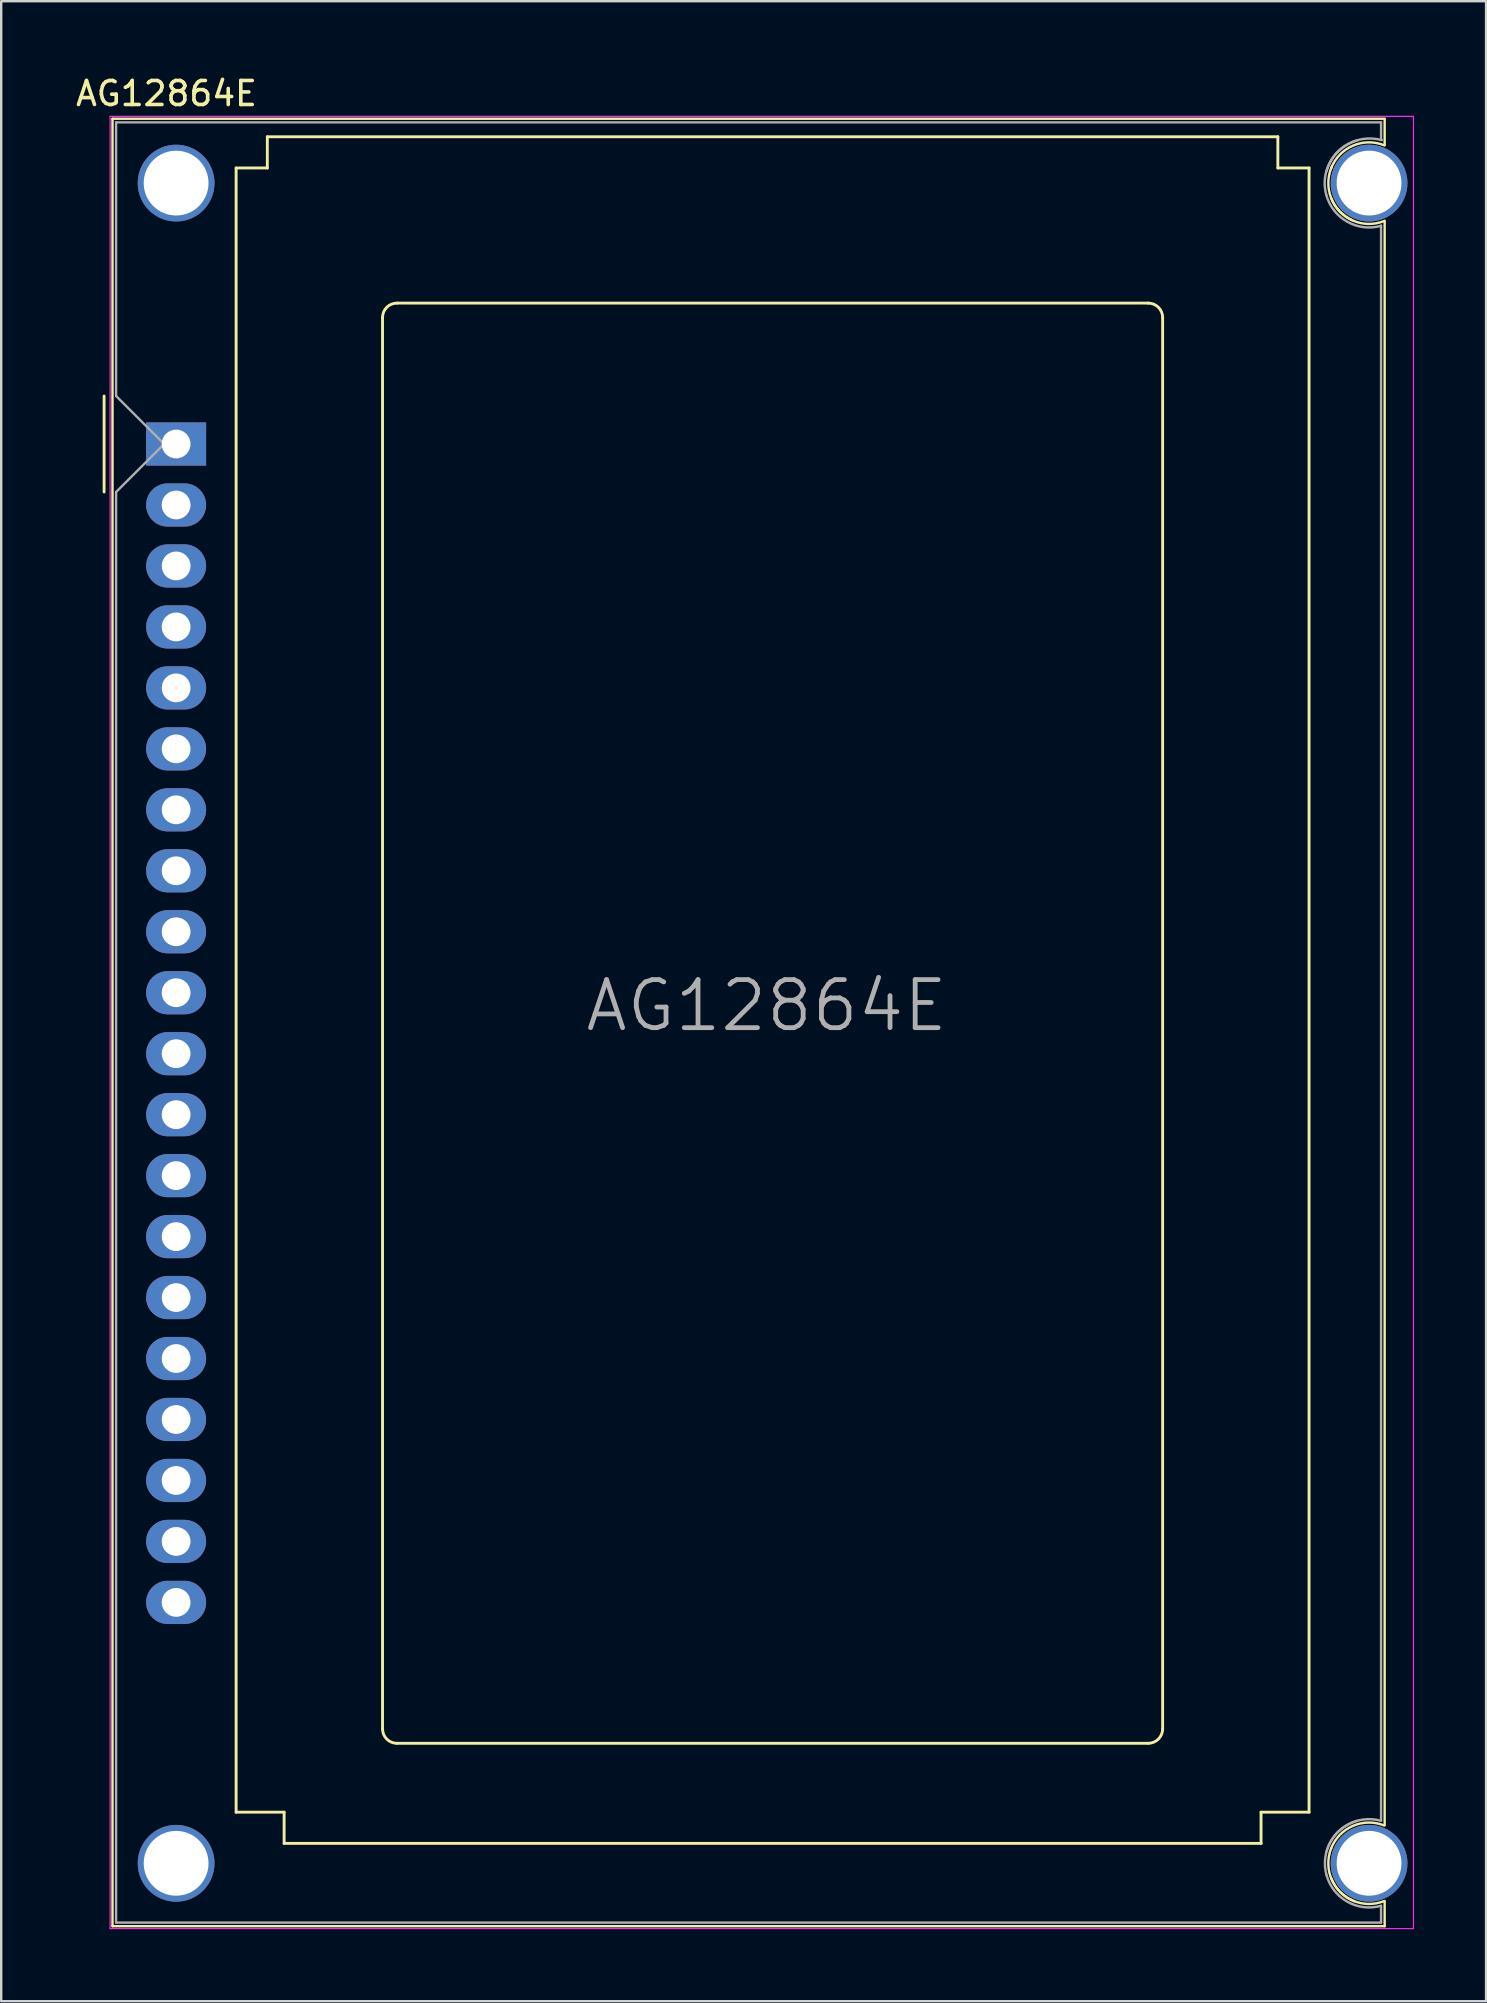
<source format=kicad_pcb>
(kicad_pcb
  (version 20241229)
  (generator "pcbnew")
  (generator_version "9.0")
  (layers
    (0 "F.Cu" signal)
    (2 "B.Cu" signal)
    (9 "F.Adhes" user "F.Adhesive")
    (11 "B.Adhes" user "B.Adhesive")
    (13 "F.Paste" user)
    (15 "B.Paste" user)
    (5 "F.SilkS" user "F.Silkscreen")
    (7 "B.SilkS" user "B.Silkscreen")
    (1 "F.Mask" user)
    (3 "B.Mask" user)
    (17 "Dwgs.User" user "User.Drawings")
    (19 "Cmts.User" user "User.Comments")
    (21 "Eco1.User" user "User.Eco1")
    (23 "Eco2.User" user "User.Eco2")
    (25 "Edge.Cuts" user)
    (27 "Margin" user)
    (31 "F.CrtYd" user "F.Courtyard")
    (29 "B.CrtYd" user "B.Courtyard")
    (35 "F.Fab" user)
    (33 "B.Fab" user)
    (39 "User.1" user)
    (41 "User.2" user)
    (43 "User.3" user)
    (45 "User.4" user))
  (footprint "AG12864E"
    (layer "F.Cu")
    (at 4.287 15.448)
    (property "Reference" "AG12864E" (at -0.4 -14.6 0) (layer "F.SilkS") (effects (font (size 1 1) (thickness 0.15))))
    (attr through_hole)
    (fp_line (start -3 -2) (end -3 2) (stroke (width 0.12) (type solid)) (layer "F.SilkS"))
    (fp_line (start -2.65 -13.55) (end -2.65 61.75) (stroke (width 0.1) (type solid)) (layer "F.SilkS"))
    (fp_line (start -2.65 61.75) (end 50.35 61.75) (stroke (width 0.1) (type solid)) (layer "F.SilkS"))
    (fp_line (start 2.5 57) (end 2.5 -11.5) (stroke (width 0.12) (type solid)) (layer "F.SilkS"))
    (fp_line (start 2.5 57) (end 4.5 57) (stroke (width 0.12) (type solid)) (layer "F.SilkS"))
    (fp_line (start 3.8 -12.8) (end 3.8 -11.5) (stroke (width 0.12) (type solid)) (layer "F.SilkS"))
    (fp_line (start 3.8 -12.8) (end 45.9 -12.8) (stroke (width 0.12) (type solid)) (layer "F.SilkS"))
    (fp_line (start 3.8 -11.5) (end 2.5 -11.5) (stroke (width 0.12) (type solid)) (layer "F.SilkS"))
    (fp_line (start 4.5 57) (end 4.5 58.3) (stroke (width 0.12) (type solid)) (layer "F.SilkS"))
    (fp_line (start 8.6 -5.27) (end 8.6 53.53) (stroke (width 0.12) (type solid)) (layer "F.SilkS"))
    (fp_line (start 9.2 54.13) (end 40.5 54.13) (stroke (width 0.12) (type solid)) (layer "F.SilkS"))
    (fp_line (start 40.5 -5.87) (end 9.21 -5.87) (stroke (width 0.12) (type solid)) (layer "F.SilkS"))
    (fp_line (start 41.1 53.53) (end 41.1 -5.27) (stroke (width 0.12) (type solid)) (layer "F.SilkS"))
    (fp_line (start 45.2 57) (end 45.2 58.3) (stroke (width 0.12) (type solid)) (layer "F.SilkS"))
    (fp_line (start 45.2 58.3) (end 4.5 58.3) (stroke (width 0.12) (type solid)) (layer "F.SilkS"))
    (fp_line (start 45.9 -11.5) (end 45.9 -12.8) (stroke (width 0.12) (type solid)) (layer "F.SilkS"))
    (fp_line (start 47.2 -11.5) (end 45.9 -11.5) (stroke (width 0.12) (type solid)) (layer "F.SilkS"))
    (fp_line (start 47.2 -11.5) (end 47.2 57) (stroke (width 0.12) (type solid)) (layer "F.SilkS"))
    (fp_line (start 47.2 57) (end 45.2 57) (stroke (width 0.12) (type solid)) (layer "F.SilkS"))
    (fp_line (start 50.35 -13.55) (end -2.65 -13.55) (stroke (width 0.1) (type solid)) (layer "F.SilkS"))
    (fp_line (start 50.35 -13.54) (end 50.35 -12.44) (stroke (width 0.1) (type solid)) (layer "F.SilkS"))
    (fp_line (start 50.35 57.55) (end 50.35 -9.3) (stroke (width 0.1) (type solid)) (layer "F.SilkS"))
    (fp_line (start 50.35 61.75) (end 50.35 60.7) (stroke (width 0.1) (type solid)) (layer "F.SilkS"))
    (fp_arc (start 8.6 -5.27) (mid 8.775736 -5.694264) (end 9.2 -5.87) (stroke (width 0.12) (type solid)) (layer "F.SilkS"))
    (fp_arc (start 9.2 54.13) (mid 8.775736 53.954264) (end 8.6 53.53) (stroke (width 0.12) (type solid)) (layer "F.SilkS"))
    (fp_arc (start 40.5 -5.87) (mid 40.924264 -5.694264) (end 41.1 -5.27) (stroke (width 0.12) (type solid)) (layer "F.SilkS"))
    (fp_arc (start 41.1 53.53) (mid 40.924264 53.954264) (end 40.5 54.13) (stroke (width 0.12) (type solid)) (layer "F.SilkS"))
    (fp_arc (start 48.12 -11.49) (mid 49.021177 -12.425635) (end 50.32 -12.45) (stroke (width 0.1) (type solid)) (layer "F.SilkS"))
    (fp_arc (start 48.12 58.51) (mid 49.021177 57.574365) (end 50.32 57.55) (stroke (width 0.1) (type solid)) (layer "F.SilkS"))
    (fp_arc (start 49.01 -9.32) (mid 48.116081 -10.261888) (end 48.15 -11.56) (stroke (width 0.1) (type solid)) (layer "F.SilkS"))
    (fp_arc (start 49.08 60.71) (mid 48.144365 59.808823) (end 48.12 58.51) (stroke (width 0.1) (type solid)) (layer "F.SilkS"))
    (fp_arc (start 50.31 60.71) (mid 49.014106 60.678564) (end 48.12 59.74) (stroke (width 0.1) (type solid)) (layer "F.SilkS"))
    (fp_arc (start 50.33 -9.29) (mid 49.028249 -9.307294) (end 48.12 -10.24) (stroke (width 0.1) (type solid)) (layer "F.SilkS"))
    (fp_line (start -2.75 -13.65) (end -2.75 61.85) (stroke (width 0.05) (type solid)) (layer "F.CrtYd"))
    (fp_line (start -2.75 -13.65) (end 51.55 -13.65) (stroke (width 0.05) (type solid)) (layer "F.CrtYd"))
    (fp_line (start -2.75 61.85) (end 51.55 61.85) (stroke (width 0.05) (type solid)) (layer "F.CrtYd"))
    (fp_line (start 51.55 -13.65) (end 51.55 61.85) (stroke (width 0.05) (type solid)) (layer "F.CrtYd"))
    (fp_line (start -2.5 -13.4) (end -2.5 -2) (stroke (width 0.1) (type solid)) (layer "F.Fab"))
    (fp_line (start -2.5 -13.4) (end 50.2 -13.4) (stroke (width 0.1) (type solid)) (layer "F.Fab"))
    (fp_line (start -2.5 -2) (end -0.5 0) (stroke (width 0.1) (type solid)) (layer "F.Fab"))
    (fp_line (start -2.5 2) (end -2.5 61.6) (stroke (width 0.1) (type solid)) (layer "F.Fab"))
    (fp_line (start -2.5 61.6) (end 50.2 61.6) (stroke (width 0.1) (type solid)) (layer "F.Fab"))
    (fp_line (start -0.5 0) (end -2.5 2) (stroke (width 0.1) (type solid)) (layer "F.Fab"))
    (fp_line (start 50.2 -13.4) (end 50.2 -12.7) (stroke (width 0.1) (type solid)) (layer "F.Fab"))
    (fp_line (start 50.2 -9.1) (end 50.2 57.35) (stroke (width 0.1) (type solid)) (layer "F.Fab"))
    (fp_line (start 50.2 61.6) (end 50.2 60.9) (stroke (width 0.1) (type solid)) (layer "F.Fab"))
    (fp_arc (start 47.92 -10.37) (mid 48.087797 -11.775097) (end 49.2 -12.65) (stroke (width 0.1) (type solid)) (layer "F.Fab"))
    (fp_arc (start 47.93 -11.36) (mid 48.810761 -12.486346) (end 50.23 -12.66) (stroke (width 0.1) (type solid)) (layer "F.Fab"))
    (fp_arc (start 47.93 58.63) (mid 48.801974 57.524868) (end 50.2 57.36) (stroke (width 0.1) (type solid)) (layer "F.Fab"))
    (fp_arc (start 47.93 59.63) (mid 48.094868 58.231974) (end 49.2 57.36) (stroke (width 0.1) (type solid)) (layer "F.Fab"))
    (fp_arc (start 50.2 -9.09) (mid 48.794903 -9.257797) (end 47.92 -10.37) (stroke (width 0.1) (type solid)) (layer "F.Fab"))
    (fp_arc (start 50.2 60.9) (mid 48.801974 60.735132) (end 47.93 59.63) (stroke (width 0.1) (type solid)) (layer "F.Fab"))
    (fp_text user "${REFERENCE}" (at 24.6 23.4 0) (layer "F.Fab") (effects (font (size 2 2) (thickness 0.2))))
    (pad "" thru_hole circle (at 0 -10.87 270) (size 3.2 3.2) (drill 2.7) (layers "*.Cu" "*.Mask"))
    (pad "" thru_hole circle (at 0 59.13 270) (size 3.2 3.2) (drill 2.7) (layers "*.Cu" "*.Mask"))
    (pad "" thru_hole circle (at 49.7 -10.87 270) (size 3.2 3.2) (drill 2.7) (layers "*.Cu" "*.Mask"))
    (pad "" thru_hole circle (at 49.7 59.13 270) (size 3.2 3.2) (drill 2.7) (layers "*.Cu" "*.Mask"))
    (pad "1" thru_hole rect (at 0 0 270) (size 1.8 2.5) (drill 1.2) (layers "*.Cu" "*.Mask"))
    (pad "2" thru_hole oval (at 0 2.54 270) (size 1.8 2.5) (drill 1.2) (layers "*.Cu" "*.Mask"))
    (pad "3" thru_hole oval (at 0 5.08 270) (size 1.8 2.5) (drill 1.2) (layers "*.Cu" "*.Mask"))
    (pad "4" thru_hole oval (at 0 7.62 270) (size 1.8 2.5) (drill 1.2) (layers "*.Cu" "*.Mask"))
    (pad "5" thru_hole oval (at 0 10.16 270) (size 1.8 2.5) (drill 1.2) (layers "*.Cu" "*.Mask"))
    (pad "6" thru_hole oval (at 0 12.7 270) (size 1.8 2.5) (drill 1.2) (layers "*.Cu" "*.Mask"))
    (pad "7" thru_hole oval (at 0 15.24 270) (size 1.8 2.5) (drill 1.2) (layers "*.Cu" "*.Mask"))
    (pad "8" thru_hole oval (at 0 17.78 270) (size 1.8 2.5) (drill 1.2) (layers "*.Cu" "*.Mask"))
    (pad "9" thru_hole oval (at 0 20.32 270) (size 1.8 2.5) (drill 1.2) (layers "*.Cu" "*.Mask"))
    (pad "10" thru_hole oval (at 0 22.86 270) (size 1.8 2.5) (drill 1.2) (layers "*.Cu" "*.Mask"))
    (pad "11" thru_hole oval (at 0 25.4 270) (size 1.8 2.5) (drill 1.2) (layers "*.Cu" "*.Mask"))
    (pad "12" thru_hole oval (at 0 27.94 270) (size 1.8 2.5) (drill 1.2) (layers "*.Cu" "*.Mask"))
    (pad "13" thru_hole oval (at 0 30.48 270) (size 1.8 2.5) (drill 1.2) (layers "*.Cu" "*.Mask"))
    (pad "14" thru_hole oval (at 0 33.02 270) (size 1.8 2.5) (drill 1.2) (layers "*.Cu" "*.Mask"))
    (pad "15" thru_hole oval (at 0 35.56 270) (size 1.8 2.5) (drill 1.2) (layers "*.Cu" "*.Mask"))
    (pad "16" thru_hole oval (at 0 38.1 270) (size 1.8 2.5) (drill 1.2) (layers "*.Cu" "*.Mask"))
    (pad "17" thru_hole oval (at 0 40.64 270) (size 1.8 2.5) (drill 1.2) (layers "*.Cu" "*.Mask"))
    (pad "18" thru_hole oval (at 0 43.18 270) (size 1.8 2.5) (drill 1.2) (layers "*.Cu" "*.Mask"))
    (pad "19" thru_hole oval (at 0 45.72 270) (size 1.8 2.5) (drill 1.2) (layers "*.Cu" "*.Mask"))
    (pad "20" thru_hole oval (at 0 48.26 270) (size 1.8 2.5) (drill 1.2) (layers "*.Cu" "*.Mask")))
  (gr_rect
    (start -3 -3)
    (end 58.862 80.323)
    (stroke (width 0.1) (type default))
    (fill no)
    (layer "Edge.Cuts")))
</source>
